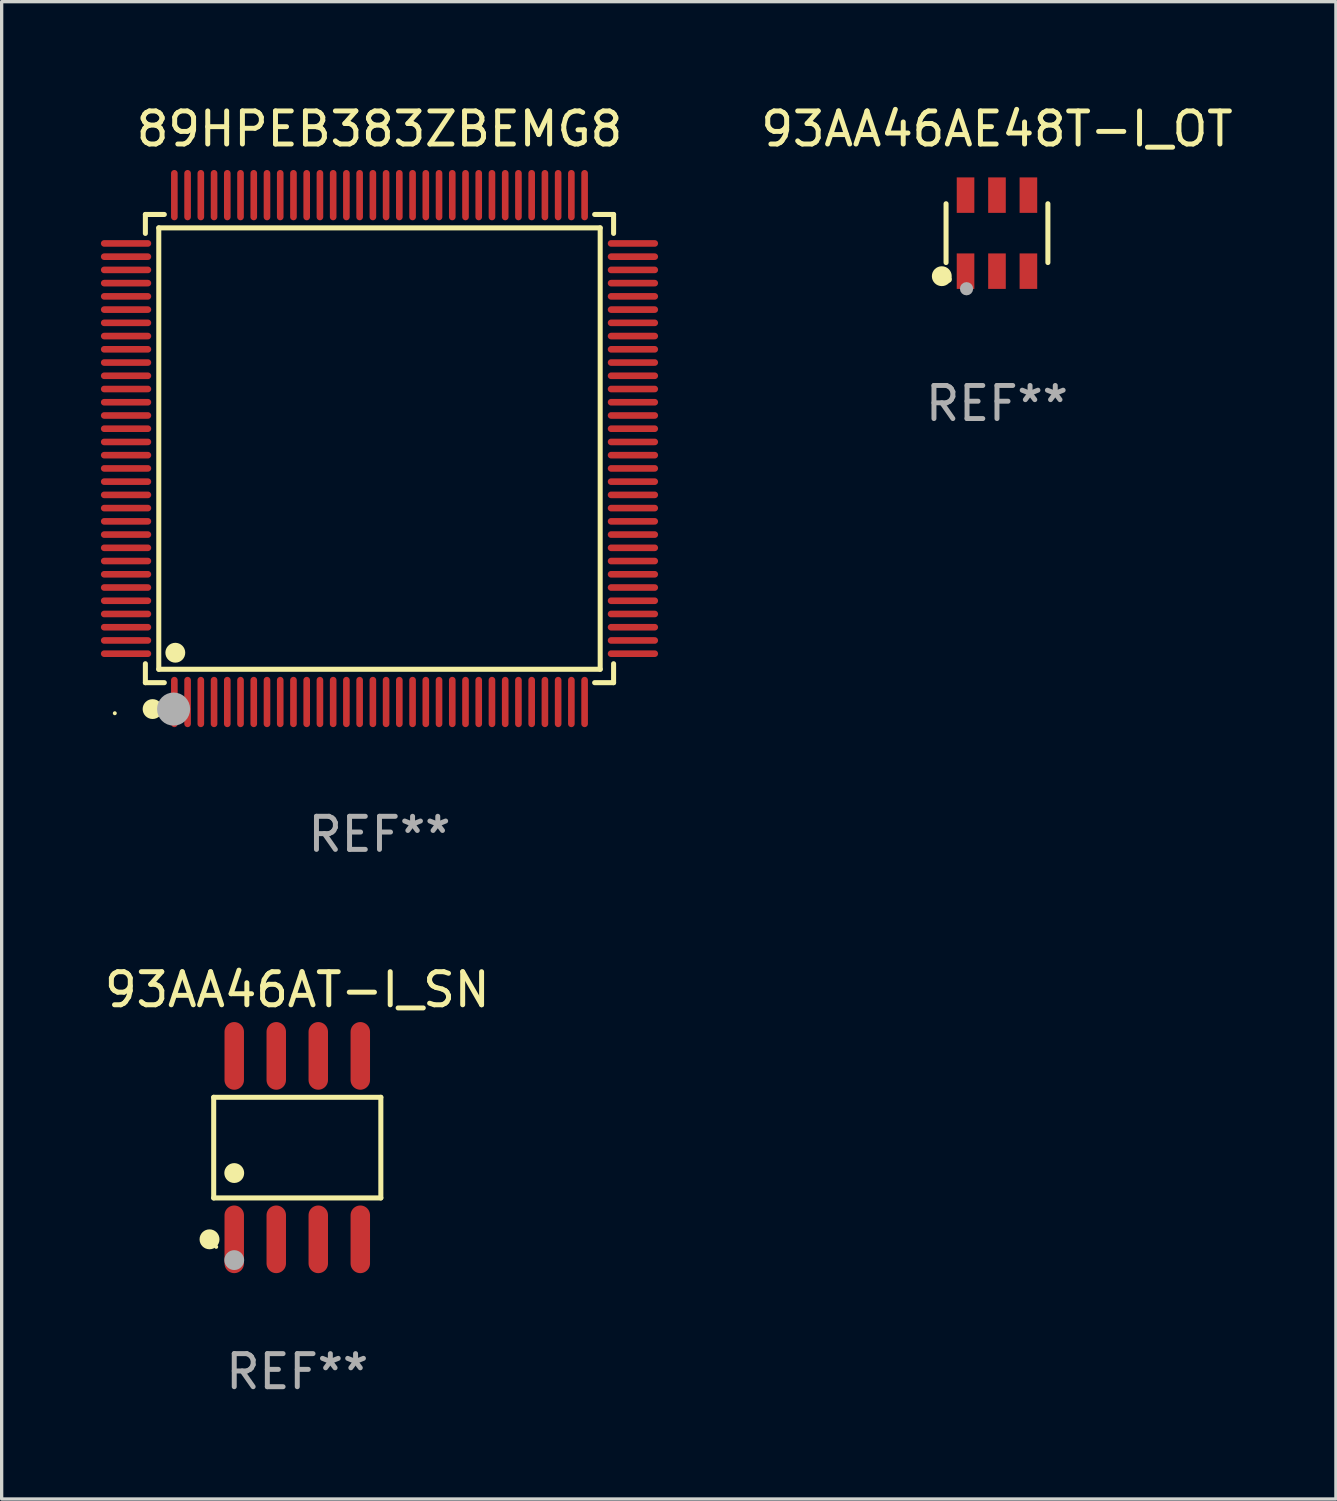
<source format=kicad_pcb>
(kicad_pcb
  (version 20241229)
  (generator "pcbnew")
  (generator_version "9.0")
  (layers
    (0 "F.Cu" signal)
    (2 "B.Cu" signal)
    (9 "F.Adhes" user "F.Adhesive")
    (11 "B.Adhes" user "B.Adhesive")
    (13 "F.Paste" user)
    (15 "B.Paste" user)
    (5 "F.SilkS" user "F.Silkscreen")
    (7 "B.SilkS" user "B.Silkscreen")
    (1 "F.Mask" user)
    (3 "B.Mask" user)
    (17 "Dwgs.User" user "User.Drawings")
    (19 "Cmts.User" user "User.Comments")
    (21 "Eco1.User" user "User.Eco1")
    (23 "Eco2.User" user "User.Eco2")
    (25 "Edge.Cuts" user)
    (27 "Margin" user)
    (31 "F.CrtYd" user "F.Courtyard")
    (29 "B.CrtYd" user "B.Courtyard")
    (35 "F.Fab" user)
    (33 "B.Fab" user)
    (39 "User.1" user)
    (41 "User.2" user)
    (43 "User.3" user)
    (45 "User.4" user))
  (footprint "93AA46AT-I_SN"
    (layer "F.Cu")
    (at 5.935 31.637)
    (property "Reference" "93AA46AT-I_SN" (at 0 -4.772 0) (layer "F.SilkS") (effects (font (size 1 1) (thickness 0.15))))
    (attr through_hole)
    (fp_line (start -2.526 -1.521) (end 2.526 -1.521) (stroke (width 0.152) (type solid)) (layer "F.SilkS"))
    (fp_line (start -2.526 1.521) (end -2.526 -1.521) (stroke (width 0.152) (type solid)) (layer "F.SilkS"))
    (fp_line (start 2.526 -1.521) (end 2.526 1.521) (stroke (width 0.152) (type solid)) (layer "F.SilkS"))
    (fp_line (start 2.526 1.521) (end -2.526 1.521) (stroke (width 0.152) (type solid)) (layer "F.SilkS"))
    (fp_circle (center -2.652 2.772) (end -2.501 2.772) (stroke (width 0.3) (type solid)) (fill no) (layer "F.SilkS"))
    (fp_circle (center -2.45 3) (end -2.42 3) (stroke (width 0.06) (type solid)) (fill no) (layer "F.SilkS"))
    (fp_circle (center -1.905 0.769) (end -1.755 0.769) (stroke (width 0.3) (type solid)) (fill no) (layer "F.SilkS"))
    (fp_circle (center -1.905 3.4) (end -1.755 3.4) (stroke (width 0.3) (type solid)) (fill no) (layer "F.Fab"))
    (fp_text user "REF**" (at 0 6.772 0) (layer "F.Fab") (effects (font (size 1 1) (thickness 0.15))))
    (pad "1" smd oval (at -1.905 2.772) (size 0.588 2.045) (layers "F.Cu" "F.Mask" "F.Paste"))
    (pad "2" smd oval (at -0.635 2.772) (size 0.588 2.045) (layers "F.Cu" "F.Mask" "F.Paste"))
    (pad "3" smd oval (at 0.635 2.772) (size 0.588 2.045) (layers "F.Cu" "F.Mask" "F.Paste"))
    (pad "4" smd oval (at 1.905 2.772) (size 0.588 2.045) (layers "F.Cu" "F.Mask" "F.Paste"))
    (pad "5" smd oval (at 1.905 -2.772) (size 0.588 2.045) (layers "F.Cu" "F.Mask" "F.Paste"))
    (pad "6" smd oval (at 0.635 -2.772) (size 0.588 2.045) (layers "F.Cu" "F.Mask" "F.Paste"))
    (pad "7" smd oval (at -0.635 -2.772) (size 0.588 2.045) (layers "F.Cu" "F.Mask" "F.Paste"))
    (pad "8" smd oval (at -1.905 -2.772) (size 0.588 2.045) (layers "F.Cu" "F.Mask" "F.Paste")))
  (footprint "89HPEB383ZBEMG8"
    (layer "F.Cu")
    (at 8.42 10.508)
    (property "Reference" "89HPEB383ZBEMG8" (at 0 -9.66 0) (layer "F.SilkS") (effects (font (size 1 1) (thickness 0.15))))
    (attr through_hole)
    (fp_line (start -7.076 -7.076) (end -6.503 -7.076) (stroke (width 0.152) (type solid)) (layer "F.SilkS"))
    (fp_line (start -7.076 -6.503) (end -7.076 -7.076) (stroke (width 0.152) (type solid)) (layer "F.SilkS"))
    (fp_line (start -7.076 6.503) (end -7.076 7.076) (stroke (width 0.152) (type solid)) (layer "F.SilkS"))
    (fp_line (start -7.076 7.076) (end -6.503 7.076) (stroke (width 0.152) (type solid)) (layer "F.SilkS"))
    (fp_line (start -6.671 -6.671) (end 6.671 -6.671) (stroke (width 0.152) (type solid)) (layer "F.SilkS"))
    (fp_line (start -6.671 6.671) (end -6.671 -6.671) (stroke (width 0.152) (type solid)) (layer "F.SilkS"))
    (fp_line (start 6.671 -6.671) (end 6.671 6.671) (stroke (width 0.152) (type solid)) (layer "F.SilkS"))
    (fp_line (start 6.671 6.671) (end -6.671 6.671) (stroke (width 0.152) (type solid)) (layer "F.SilkS"))
    (fp_line (start 7.076 -7.076) (end 6.503 -7.076) (stroke (width 0.152) (type solid)) (layer "F.SilkS"))
    (fp_line (start 7.076 -6.503) (end 7.076 -7.076) (stroke (width 0.152) (type solid)) (layer "F.SilkS"))
    (fp_line (start 7.076 6.503) (end 7.076 7.076) (stroke (width 0.152) (type solid)) (layer "F.SilkS"))
    (fp_line (start 7.076 7.076) (end 6.503 7.076) (stroke (width 0.152) (type solid)) (layer "F.SilkS"))
    (fp_circle (center -8 8) (end -7.97 8) (stroke (width 0.06) (type solid)) (fill no) (layer "F.SilkS"))
    (fp_circle (center -6.858 7.874) (end -6.708 7.874) (stroke (width 0.3) (type solid)) (fill no) (layer "F.SilkS"))
    (fp_circle (center -6.171 6.171) (end -6.021 6.171) (stroke (width 0.3) (type solid)) (fill no) (layer "F.SilkS"))
    (fp_circle (center -6.223 7.874) (end -5.973 7.874) (stroke (width 0.5) (type solid)) (fill no) (layer "F.Fab"))
    (fp_text user "REF**" (at 0 11.66 0) (layer "F.Fab") (effects (font (size 1 1) (thickness 0.15))))
    (pad "1" smd oval (at -6.2 7.66) (size 0.2 1.52) (layers "F.Cu" "F.Mask" "F.Paste"))
    (pad "2" smd oval (at -5.8 7.66) (size 0.2 1.52) (layers "F.Cu" "F.Mask" "F.Paste"))
    (pad "3" smd oval (at -5.4 7.66) (size 0.2 1.52) (layers "F.Cu" "F.Mask" "F.Paste"))
    (pad "4" smd oval (at -5 7.66) (size 0.2 1.52) (layers "F.Cu" "F.Mask" "F.Paste"))
    (pad "5" smd oval (at -4.6 7.66) (size 0.2 1.52) (layers "F.Cu" "F.Mask" "F.Paste"))
    (pad "6" smd oval (at -4.2 7.66) (size 0.2 1.52) (layers "F.Cu" "F.Mask" "F.Paste"))
    (pad "7" smd oval (at -3.8 7.66) (size 0.2 1.52) (layers "F.Cu" "F.Mask" "F.Paste"))
    (pad "8" smd oval (at -3.4 7.66) (size 0.2 1.52) (layers "F.Cu" "F.Mask" "F.Paste"))
    (pad "9" smd oval (at -3 7.66) (size 0.2 1.52) (layers "F.Cu" "F.Mask" "F.Paste"))
    (pad "10" smd oval (at -2.6 7.66) (size 0.2 1.52) (layers "F.Cu" "F.Mask" "F.Paste"))
    (pad "11" smd oval (at -2.2 7.66) (size 0.2 1.52) (layers "F.Cu" "F.Mask" "F.Paste"))
    (pad "12" smd oval (at -1.8 7.66) (size 0.2 1.52) (layers "F.Cu" "F.Mask" "F.Paste"))
    (pad "13" smd oval (at -1.4 7.66) (size 0.2 1.52) (layers "F.Cu" "F.Mask" "F.Paste"))
    (pad "14" smd oval (at -1 7.66) (size 0.2 1.52) (layers "F.Cu" "F.Mask" "F.Paste"))
    (pad "15" smd oval (at -0.6 7.66) (size 0.2 1.52) (layers "F.Cu" "F.Mask" "F.Paste"))
    (pad "16" smd oval (at -0.2 7.66) (size 0.2 1.52) (layers "F.Cu" "F.Mask" "F.Paste"))
    (pad "17" smd oval (at 0.2 7.66) (size 0.2 1.52) (layers "F.Cu" "F.Mask" "F.Paste"))
    (pad "18" smd oval (at 0.6 7.66) (size 0.2 1.52) (layers "F.Cu" "F.Mask" "F.Paste"))
    (pad "19" smd oval (at 1 7.66) (size 0.2 1.52) (layers "F.Cu" "F.Mask" "F.Paste"))
    (pad "20" smd oval (at 1.4 7.66) (size 0.2 1.52) (layers "F.Cu" "F.Mask" "F.Paste"))
    (pad "21" smd oval (at 1.8 7.66) (size 0.2 1.52) (layers "F.Cu" "F.Mask" "F.Paste"))
    (pad "22" smd oval (at 2.2 7.66) (size 0.2 1.52) (layers "F.Cu" "F.Mask" "F.Paste"))
    (pad "23" smd oval (at 2.6 7.66) (size 0.2 1.52) (layers "F.Cu" "F.Mask" "F.Paste"))
    (pad "24" smd oval (at 3 7.66) (size 0.2 1.52) (layers "F.Cu" "F.Mask" "F.Paste"))
    (pad "25" smd oval (at 3.4 7.66) (size 0.2 1.52) (layers "F.Cu" "F.Mask" "F.Paste"))
    (pad "26" smd oval (at 3.8 7.66) (size 0.2 1.52) (layers "F.Cu" "F.Mask" "F.Paste"))
    (pad "27" smd oval (at 4.2 7.66) (size 0.2 1.52) (layers "F.Cu" "F.Mask" "F.Paste"))
    (pad "28" smd oval (at 4.6 7.66) (size 0.2 1.52) (layers "F.Cu" "F.Mask" "F.Paste"))
    (pad "29" smd oval (at 5 7.66) (size 0.2 1.52) (layers "F.Cu" "F.Mask" "F.Paste"))
    (pad "30" smd oval (at 5.4 7.66) (size 0.2 1.52) (layers "F.Cu" "F.Mask" "F.Paste"))
    (pad "31" smd oval (at 5.8 7.66) (size 0.2 1.52) (layers "F.Cu" "F.Mask" "F.Paste"))
    (pad "32" smd oval (at 6.2 7.66) (size 0.2 1.52) (layers "F.Cu" "F.Mask" "F.Paste"))
    (pad "33" smd oval (at 7.66 6.2) (size 1.52 0.2) (layers "F.Cu" "F.Mask" "F.Paste"))
    (pad "34" smd oval (at 7.66 5.8) (size 1.52 0.2) (layers "F.Cu" "F.Mask" "F.Paste"))
    (pad "35" smd oval (at 7.66 5.4) (size 1.52 0.2) (layers "F.Cu" "F.Mask" "F.Paste"))
    (pad "36" smd oval (at 7.66 5) (size 1.52 0.2) (layers "F.Cu" "F.Mask" "F.Paste"))
    (pad "37" smd oval (at 7.66 4.6) (size 1.52 0.2) (layers "F.Cu" "F.Mask" "F.Paste"))
    (pad "38" smd oval (at 7.66 4.2) (size 1.52 0.2) (layers "F.Cu" "F.Mask" "F.Paste"))
    (pad "39" smd oval (at 7.66 3.8) (size 1.52 0.2) (layers "F.Cu" "F.Mask" "F.Paste"))
    (pad "40" smd oval (at 7.66 3.4) (size 1.52 0.2) (layers "F.Cu" "F.Mask" "F.Paste"))
    (pad "41" smd oval (at 7.66 3) (size 1.52 0.2) (layers "F.Cu" "F.Mask" "F.Paste"))
    (pad "42" smd oval (at 7.66 2.6) (size 1.52 0.2) (layers "F.Cu" "F.Mask" "F.Paste"))
    (pad "43" smd oval (at 7.66 2.2) (size 1.52 0.2) (layers "F.Cu" "F.Mask" "F.Paste"))
    (pad "44" smd oval (at 7.66 1.8) (size 1.52 0.2) (layers "F.Cu" "F.Mask" "F.Paste"))
    (pad "45" smd oval (at 7.66 1.4) (size 1.52 0.2) (layers "F.Cu" "F.Mask" "F.Paste"))
    (pad "46" smd oval (at 7.66 1) (size 1.52 0.2) (layers "F.Cu" "F.Mask" "F.Paste"))
    (pad "47" smd oval (at 7.66 0.6) (size 1.52 0.2) (layers "F.Cu" "F.Mask" "F.Paste"))
    (pad "48" smd oval (at 7.66 0.2) (size 1.52 0.2) (layers "F.Cu" "F.Mask" "F.Paste"))
    (pad "49" smd oval (at 7.66 -0.2) (size 1.52 0.2) (layers "F.Cu" "F.Mask" "F.Paste"))
    (pad "50" smd oval (at 7.66 -0.6) (size 1.52 0.2) (layers "F.Cu" "F.Mask" "F.Paste"))
    (pad "51" smd oval (at 7.66 -1) (size 1.52 0.2) (layers "F.Cu" "F.Mask" "F.Paste"))
    (pad "52" smd oval (at 7.66 -1.4) (size 1.52 0.2) (layers "F.Cu" "F.Mask" "F.Paste"))
    (pad "53" smd oval (at 7.66 -1.8) (size 1.52 0.2) (layers "F.Cu" "F.Mask" "F.Paste"))
    (pad "54" smd oval (at 7.66 -2.2) (size 1.52 0.2) (layers "F.Cu" "F.Mask" "F.Paste"))
    (pad "55" smd oval (at 7.66 -2.6) (size 1.52 0.2) (layers "F.Cu" "F.Mask" "F.Paste"))
    (pad "56" smd oval (at 7.66 -3) (size 1.52 0.2) (layers "F.Cu" "F.Mask" "F.Paste"))
    (pad "57" smd oval (at 7.66 -3.4) (size 1.52 0.2) (layers "F.Cu" "F.Mask" "F.Paste"))
    (pad "58" smd oval (at 7.66 -3.8) (size 1.52 0.2) (layers "F.Cu" "F.Mask" "F.Paste"))
    (pad "59" smd oval (at 7.66 -4.2) (size 1.52 0.2) (layers "F.Cu" "F.Mask" "F.Paste"))
    (pad "60" smd oval (at 7.66 -4.6) (size 1.52 0.2) (layers "F.Cu" "F.Mask" "F.Paste"))
    (pad "61" smd oval (at 7.66 -5) (size 1.52 0.2) (layers "F.Cu" "F.Mask" "F.Paste"))
    (pad "62" smd oval (at 7.66 -5.4) (size 1.52 0.2) (layers "F.Cu" "F.Mask" "F.Paste"))
    (pad "63" smd oval (at 7.66 -5.8) (size 1.52 0.2) (layers "F.Cu" "F.Mask" "F.Paste"))
    (pad "64" smd oval (at 7.66 -6.2) (size 1.52 0.2) (layers "F.Cu" "F.Mask" "F.Paste"))
    (pad "65" smd oval (at 6.2 -7.66) (size 0.2 1.52) (layers "F.Cu" "F.Mask" "F.Paste"))
    (pad "66" smd oval (at 5.8 -7.66) (size 0.2 1.52) (layers "F.Cu" "F.Mask" "F.Paste"))
    (pad "67" smd oval (at 5.4 -7.66) (size 0.2 1.52) (layers "F.Cu" "F.Mask" "F.Paste"))
    (pad "68" smd oval (at 5 -7.66) (size 0.2 1.52) (layers "F.Cu" "F.Mask" "F.Paste"))
    (pad "69" smd oval (at 4.6 -7.66) (size 0.2 1.52) (layers "F.Cu" "F.Mask" "F.Paste"))
    (pad "70" smd oval (at 4.2 -7.66) (size 0.2 1.52) (layers "F.Cu" "F.Mask" "F.Paste"))
    (pad "71" smd oval (at 3.8 -7.66) (size 0.2 1.52) (layers "F.Cu" "F.Mask" "F.Paste"))
    (pad "72" smd oval (at 3.4 -7.66) (size 0.2 1.52) (layers "F.Cu" "F.Mask" "F.Paste"))
    (pad "73" smd oval (at 3 -7.66) (size 0.2 1.52) (layers "F.Cu" "F.Mask" "F.Paste"))
    (pad "74" smd oval (at 2.6 -7.66) (size 0.2 1.52) (layers "F.Cu" "F.Mask" "F.Paste"))
    (pad "75" smd oval (at 2.2 -7.66) (size 0.2 1.52) (layers "F.Cu" "F.Mask" "F.Paste"))
    (pad "76" smd oval (at 1.8 -7.66) (size 0.2 1.52) (layers "F.Cu" "F.Mask" "F.Paste"))
    (pad "77" smd oval (at 1.4 -7.66) (size 0.2 1.52) (layers "F.Cu" "F.Mask" "F.Paste"))
    (pad "78" smd oval (at 1 -7.66) (size 0.2 1.52) (layers "F.Cu" "F.Mask" "F.Paste"))
    (pad "79" smd oval (at 0.6 -7.66) (size 0.2 1.52) (layers "F.Cu" "F.Mask" "F.Paste"))
    (pad "80" smd oval (at 0.2 -7.66) (size 0.2 1.52) (layers "F.Cu" "F.Mask" "F.Paste"))
    (pad "81" smd oval (at -0.2 -7.66) (size 0.2 1.52) (layers "F.Cu" "F.Mask" "F.Paste"))
    (pad "82" smd oval (at -0.6 -7.66) (size 0.2 1.52) (layers "F.Cu" "F.Mask" "F.Paste"))
    (pad "83" smd oval (at -1 -7.66) (size 0.2 1.52) (layers "F.Cu" "F.Mask" "F.Paste"))
    (pad "84" smd oval (at -1.4 -7.66) (size 0.2 1.52) (layers "F.Cu" "F.Mask" "F.Paste"))
    (pad "85" smd oval (at -1.8 -7.66) (size 0.2 1.52) (layers "F.Cu" "F.Mask" "F.Paste"))
    (pad "86" smd oval (at -2.2 -7.66) (size 0.2 1.52) (layers "F.Cu" "F.Mask" "F.Paste"))
    (pad "87" smd oval (at -2.6 -7.66) (size 0.2 1.52) (layers "F.Cu" "F.Mask" "F.Paste"))
    (pad "88" smd oval (at -3 -7.66) (size 0.2 1.52) (layers "F.Cu" "F.Mask" "F.Paste"))
    (pad "89" smd oval (at -3.4 -7.66) (size 0.2 1.52) (layers "F.Cu" "F.Mask" "F.Paste"))
    (pad "90" smd oval (at -3.8 -7.66) (size 0.2 1.52) (layers "F.Cu" "F.Mask" "F.Paste"))
    (pad "91" smd oval (at -4.2 -7.66) (size 0.2 1.52) (layers "F.Cu" "F.Mask" "F.Paste"))
    (pad "92" smd oval (at -4.6 -7.66) (size 0.2 1.52) (layers "F.Cu" "F.Mask" "F.Paste"))
    (pad "93" smd oval (at -5 -7.66) (size 0.2 1.52) (layers "F.Cu" "F.Mask" "F.Paste"))
    (pad "94" smd oval (at -5.4 -7.66) (size 0.2 1.52) (layers "F.Cu" "F.Mask" "F.Paste"))
    (pad "95" smd oval (at -5.8 -7.66) (size 0.2 1.52) (layers "F.Cu" "F.Mask" "F.Paste"))
    (pad "96" smd oval (at -6.2 -7.66) (size 0.2 1.52) (layers "F.Cu" "F.Mask" "F.Paste"))
    (pad "97" smd oval (at -7.66 -6.2) (size 1.52 0.2) (layers "F.Cu" "F.Mask" "F.Paste"))
    (pad "98" smd oval (at -7.66 -5.8) (size 1.52 0.2) (layers "F.Cu" "F.Mask" "F.Paste"))
    (pad "99" smd oval (at -7.66 -5.4) (size 1.52 0.2) (layers "F.Cu" "F.Mask" "F.Paste"))
    (pad "100" smd oval (at -7.66 -5) (size 1.52 0.2) (layers "F.Cu" "F.Mask" "F.Paste"))
    (pad "101" smd oval (at -7.66 -4.6) (size 1.52 0.2) (layers "F.Cu" "F.Mask" "F.Paste"))
    (pad "102" smd oval (at -7.66 -4.2) (size 1.52 0.2) (layers "F.Cu" "F.Mask" "F.Paste"))
    (pad "103" smd oval (at -7.66 -3.8) (size 1.52 0.2) (layers "F.Cu" "F.Mask" "F.Paste"))
    (pad "104" smd oval (at -7.66 -3.4) (size 1.52 0.2) (layers "F.Cu" "F.Mask" "F.Paste"))
    (pad "105" smd oval (at -7.66 -3) (size 1.52 0.2) (layers "F.Cu" "F.Mask" "F.Paste"))
    (pad "106" smd oval (at -7.66 -2.6) (size 1.52 0.2) (layers "F.Cu" "F.Mask" "F.Paste"))
    (pad "107" smd oval (at -7.66 -2.2) (size 1.52 0.2) (layers "F.Cu" "F.Mask" "F.Paste"))
    (pad "108" smd oval (at -7.66 -1.8) (size 1.52 0.2) (layers "F.Cu" "F.Mask" "F.Paste"))
    (pad "109" smd oval (at -7.66 -1.4) (size 1.52 0.2) (layers "F.Cu" "F.Mask" "F.Paste"))
    (pad "110" smd oval (at -7.66 -1) (size 1.52 0.2) (layers "F.Cu" "F.Mask" "F.Paste"))
    (pad "111" smd oval (at -7.66 -0.6) (size 1.52 0.2) (layers "F.Cu" "F.Mask" "F.Paste"))
    (pad "112" smd oval (at -7.66 -0.2) (size 1.52 0.2) (layers "F.Cu" "F.Mask" "F.Paste"))
    (pad "113" smd oval (at -7.66 0.2) (size 1.52 0.2) (layers "F.Cu" "F.Mask" "F.Paste"))
    (pad "114" smd oval (at -7.66 0.6) (size 1.52 0.2) (layers "F.Cu" "F.Mask" "F.Paste"))
    (pad "115" smd oval (at -7.66 1) (size 1.52 0.2) (layers "F.Cu" "F.Mask" "F.Paste"))
    (pad "116" smd oval (at -7.66 1.4) (size 1.52 0.2) (layers "F.Cu" "F.Mask" "F.Paste"))
    (pad "117" smd oval (at -7.66 1.8) (size 1.52 0.2) (layers "F.Cu" "F.Mask" "F.Paste"))
    (pad "118" smd oval (at -7.66 2.2) (size 1.52 0.2) (layers "F.Cu" "F.Mask" "F.Paste"))
    (pad "119" smd oval (at -7.66 2.6) (size 1.52 0.2) (layers "F.Cu" "F.Mask" "F.Paste"))
    (pad "120" smd oval (at -7.66 3) (size 1.52 0.2) (layers "F.Cu" "F.Mask" "F.Paste"))
    (pad "121" smd oval (at -7.66 3.4) (size 1.52 0.2) (layers "F.Cu" "F.Mask" "F.Paste"))
    (pad "122" smd oval (at -7.66 3.8) (size 1.52 0.2) (layers "F.Cu" "F.Mask" "F.Paste"))
    (pad "123" smd oval (at -7.66 4.2) (size 1.52 0.2) (layers "F.Cu" "F.Mask" "F.Paste"))
    (pad "124" smd oval (at -7.66 4.6) (size 1.52 0.2) (layers "F.Cu" "F.Mask" "F.Paste"))
    (pad "125" smd oval (at -7.66 5) (size 1.52 0.2) (layers "F.Cu" "F.Mask" "F.Paste"))
    (pad "126" smd oval (at -7.66 5.4) (size 1.52 0.2) (layers "F.Cu" "F.Mask" "F.Paste"))
    (pad "127" smd oval (at -7.66 5.8) (size 1.52 0.2) (layers "F.Cu" "F.Mask" "F.Paste"))
    (pad "128" smd oval (at -7.66 6.2) (size 1.52 0.2) (layers "F.Cu" "F.Mask" "F.Paste")))
  (footprint "93AA46AE48T-I_OT"
    (layer "F.Cu")
    (at 27.084 3.997)
    (property "Reference" "93AA46AE48T-I_OT" (at 0 -3.149 0) (layer "F.SilkS") (effects (font (size 1 1) (thickness 0.15))))
    (attr through_hole)
    (fp_line (start -1.539 0.889) (end -1.539 -0.889) (stroke (width 0.152) (type solid)) (layer "F.SilkS"))
    (fp_line (start 1.539 0.889) (end 1.539 -0.889) (stroke (width 0.152) (type solid)) (layer "F.SilkS"))
    (fp_circle (center -1.668 1.301) (end -1.518 1.301) (stroke (width 0.3) (type solid)) (fill no) (layer "F.SilkS"))
    (fp_circle (center -1.463 1.4) (end -1.413 1.4) (stroke (width 0.1) (type solid)) (fill no) (layer "F.SilkS"))
    (fp_circle (center -0.92 1.68) (end -0.82 1.68) (stroke (width 0.2) (type solid)) (fill no) (layer "F.Fab"))
    (fp_text user "REF**" (at 0 5.149 0) (layer "F.Fab") (effects (font (size 1 1) (thickness 0.15))))
    (pad "1" smd rect (at -0.95 1.149) (size 0.532 1.072) (layers "F.Cu" "F.Mask" "F.Paste"))
    (pad "2" smd rect (at 0 1.149) (size 0.532 1.072) (layers "F.Cu" "F.Mask" "F.Paste"))
    (pad "3" smd rect (at 0.95 1.149) (size 0.532 1.072) (layers "F.Cu" "F.Mask" "F.Paste"))
    (pad "4" smd rect (at 0.95 -1.149) (size 0.532 1.072) (layers "F.Cu" "F.Mask" "F.Paste"))
    (pad "5" smd rect (at 0 -1.149) (size 0.532 1.072) (layers "F.Cu" "F.Mask" "F.Paste"))
    (pad "6" smd rect (at -0.95 -1.149) (size 0.532 1.072) (layers "F.Cu" "F.Mask" "F.Paste")))
  (gr_rect
    (start -3 -3)
    (end 37.328 42.258)
    (stroke (width 0.1) (type default))
    (fill no)
    (layer "Edge.Cuts")))
</source>
